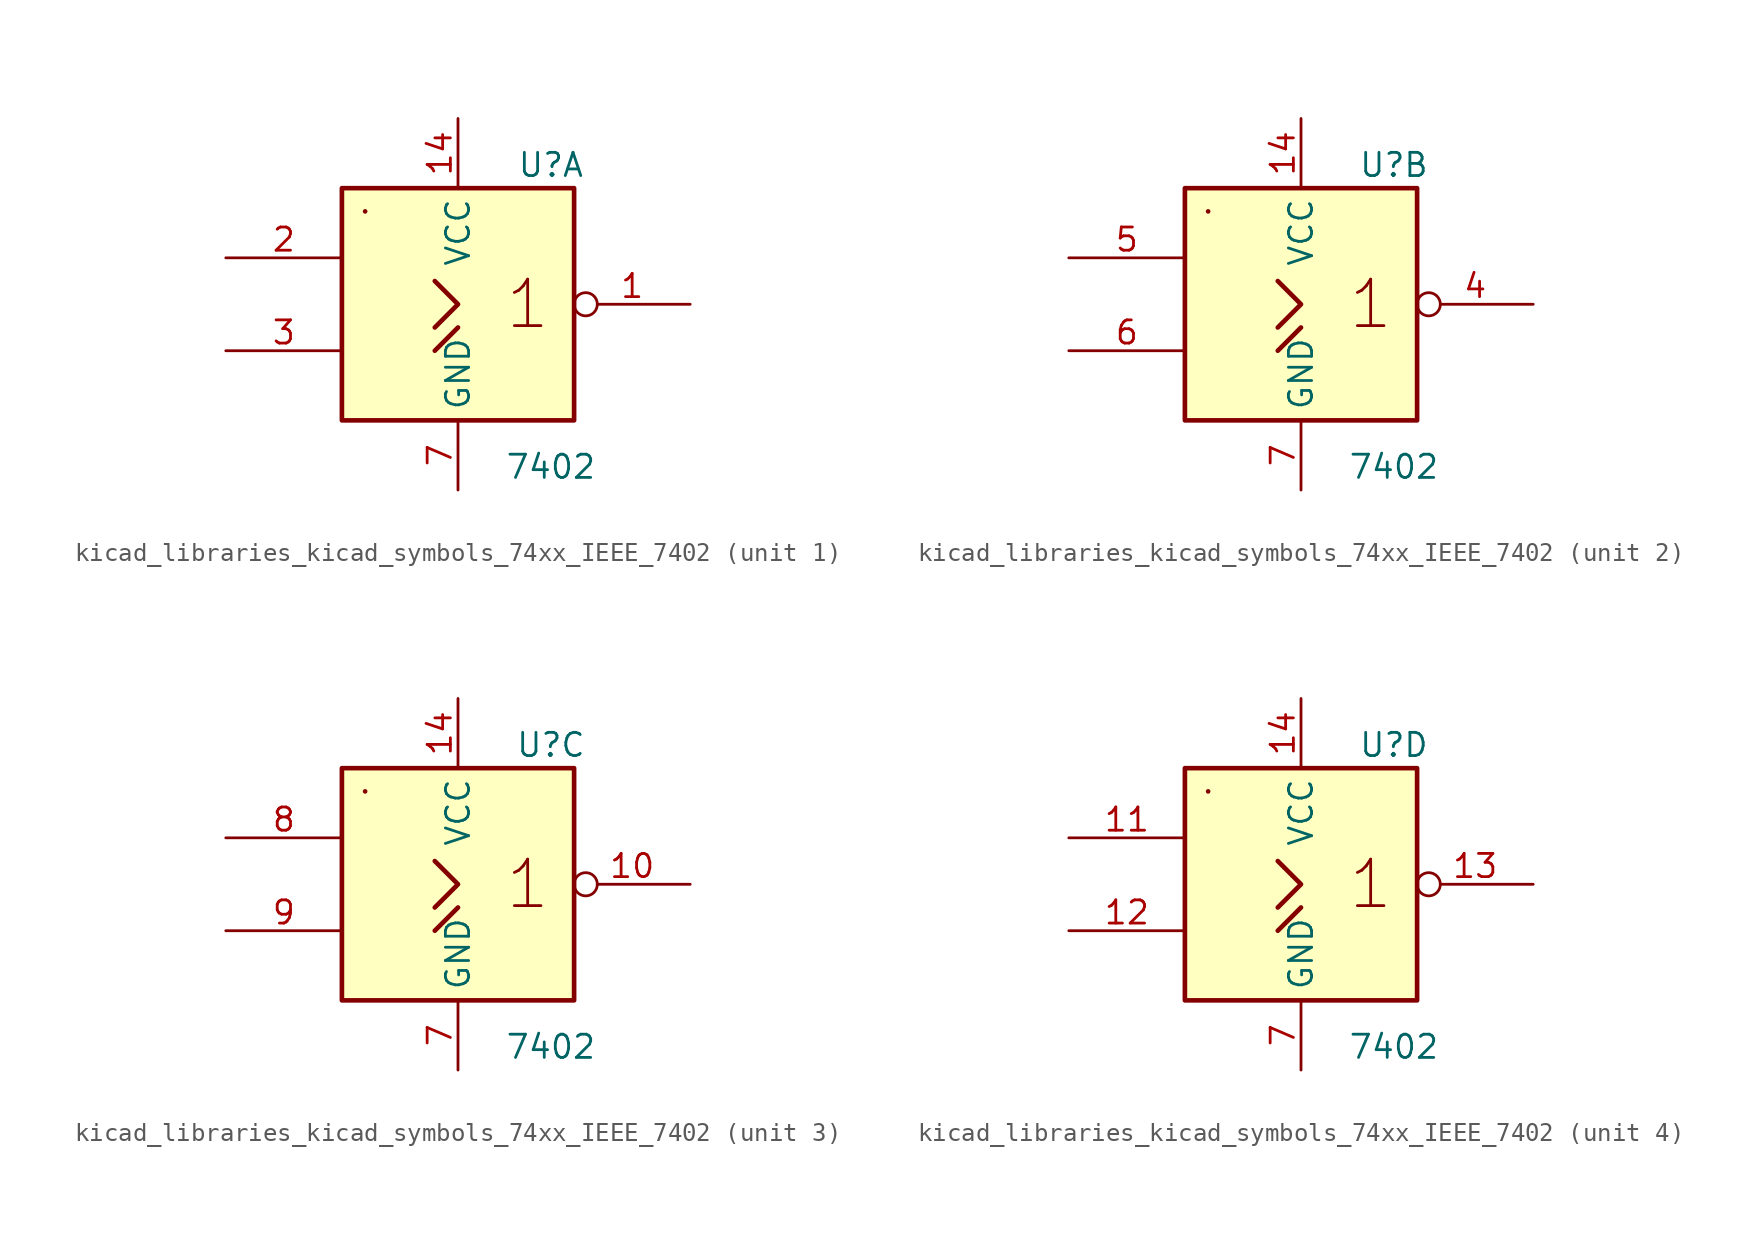
<source format=kicad_sym>
(kicad_symbol_lib
  (version 20220914)
  (generator kicad_symbol_editor)
  (symbol "kicad_libraries_kicad_symbols_74xx_IEEE_7402"
    (property "Reference" "U"
      (at 5.08 7.62 0)
      (effects (font (size 1.27 1.27))))
    (property "Value" "7402"
      (at 5.08 -8.89 0)
      (effects (font (size 1.27 1.27))))
    (symbol "kicad_libraries_kicad_symbols_74xx_IEEE_7402_0_0"
      (rectangle (start -5.08 5.08) (end -5.08 5.08) (stroke (width 0.254) (type default)) (fill (type background)))
      (polyline (pts (xy -1.27 -2.54) (xy 0 -1.27) (xy 0 -1.27)) (stroke (width 0.254) (type default)) (fill (type background)))
      (polyline (pts (xy -1.27 1.27) (xy 0 0) (xy -1.27 -1.27) (xy -1.27 -1.27)) (stroke (width 0.254) (type default)) (fill (type background)))
      (text "1" (at 3.81 0 0) (effects (font (size 2.54 2.54)))))
    (symbol "kicad_libraries_kicad_symbols_74xx_IEEE_7402_0_1"
      (rectangle (start -6.35 6.35) (end 6.35 -6.35) (stroke (width 0.254) (type default)) (fill (type background)))
      (pin power_in line (at 0 10.16 270) (length 3.81) (name "VCC" (effects (font (size 1.27 1.27)))) (number "14" (effects (font (size 1.27 1.27)))))
      (pin power_in line (at 0 -10.16 90) (length 3.81) (name "GND" (effects (font (size 1.27 1.27)))) (number "7" (effects (font (size 1.27 1.27))))))
    (symbol "kicad_libraries_kicad_symbols_74xx_IEEE_7402_1_1"
      (pin output inverted (at 12.7 0 180) (length 6.35) (name "~" (effects (font (size 1.27 1.27)))) (number "1" (effects (font (size 1.27 1.27)))))
      (pin input line (at -12.7 2.54 0) (length 6.35) (name "~" (effects (font (size 1.27 1.27)))) (number "2" (effects (font (size 1.27 1.27)))))
      (pin input line (at -12.7 -2.54 0) (length 6.35) (name "~" (effects (font (size 1.27 1.27)))) (number "3" (effects (font (size 1.27 1.27))))))
    (symbol "kicad_libraries_kicad_symbols_74xx_IEEE_7402_2_1"
      (pin output inverted (at 12.7 0 180) (length 6.35) (name "~" (effects (font (size 1.27 1.27)))) (number "4" (effects (font (size 1.27 1.27)))))
      (pin input line (at -12.7 2.54 0) (length 6.35) (name "~" (effects (font (size 1.27 1.27)))) (number "5" (effects (font (size 1.27 1.27)))))
      (pin input line (at -12.7 -2.54 0) (length 6.35) (name "~" (effects (font (size 1.27 1.27)))) (number "6" (effects (font (size 1.27 1.27))))))
    (symbol "kicad_libraries_kicad_symbols_74xx_IEEE_7402_3_1"
      (pin output inverted (at 12.7 0 180) (length 6.35) (name "~" (effects (font (size 1.27 1.27)))) (number "10" (effects (font (size 1.27 1.27)))))
      (pin input line (at -12.7 2.54 0) (length 6.35) (name "~" (effects (font (size 1.27 1.27)))) (number "8" (effects (font (size 1.27 1.27)))))
      (pin input line (at -12.7 -2.54 0) (length 6.35) (name "~" (effects (font (size 1.27 1.27)))) (number "9" (effects (font (size 1.27 1.27))))))
    (symbol "kicad_libraries_kicad_symbols_74xx_IEEE_7402_4_1"
      (pin input line (at -12.7 2.54 0) (length 6.35) (name "~" (effects (font (size 1.27 1.27)))) (number "11" (effects (font (size 1.27 1.27)))))
      (pin input line (at -12.7 -2.54 0) (length 6.35) (name "~" (effects (font (size 1.27 1.27)))) (number "12" (effects (font (size 1.27 1.27)))))
      (pin output inverted (at 12.7 0 180) (length 6.35) (name "~" (effects (font (size 1.27 1.27)))) (number "13" (effects (font (size 1.27 1.27))))))))
</source>
